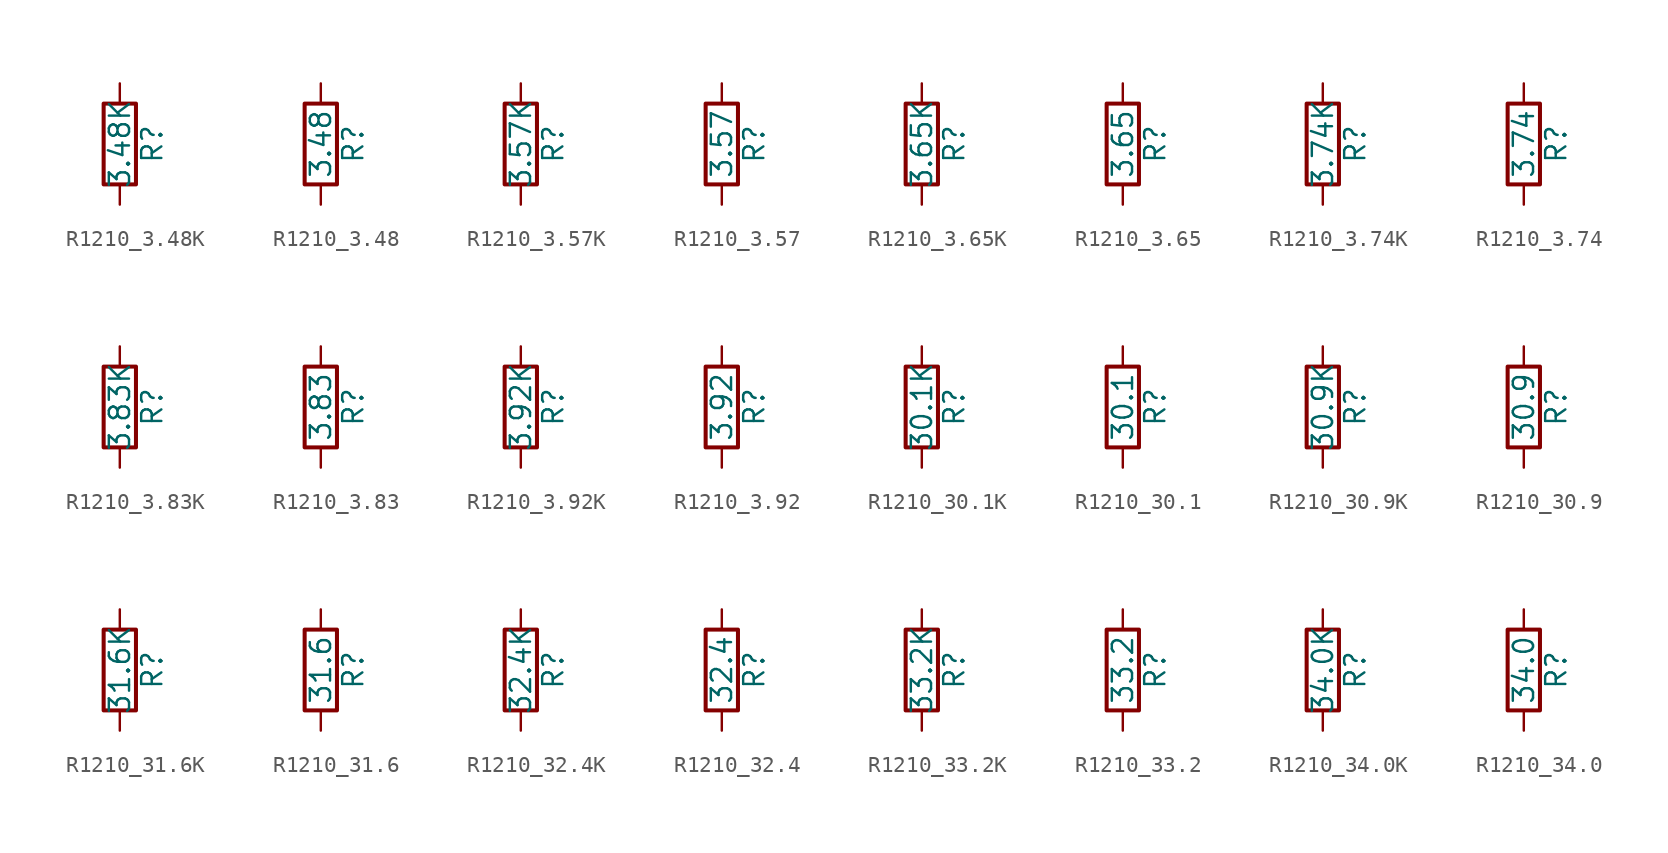
<source format=kicad_sym>
(kicad_symbol_lib
  (version 20211014)
  (generator atlantix-eda)
  (symbol "R1210_3.48K"
    (pin_numbers hide)
    (pin_names
      (offset 0))
    (property "Reference" "R"
      (at 2.032 0 90)
      (effects (font (size 1.27 1.27))))
    (property "Value" "3.48K"
      (at 0 0 90)
      (effects (font (size 1.27 1.27))))
    (symbol "R1210_3.48K_0_1"
      (rectangle (start -1.016 -2.54) (end 1.016 2.54) (stroke (width 0.254) (type default) (color 0 0 0 0)) (fill (type none))))
    (symbol "R1210_3.48K_1_1"
      (pin passive line (at 0 3.81 270) (length 1.27) (name "~" (effects (font (size 1.27 1.27)))) (number "1" (effects (font (size 1.27 1.27)))))
      (pin passive line (at 0 -3.81 90) (length 1.27) (name "~" (effects (font (size 1.27 1.27)))) (number "2" (effects (font (size 1.27 1.27)))))))
  (symbol "R1210_3.48"
    (pin_numbers hide)
    (pin_names
      (offset 0))
    (property "Reference" "R"
      (at 2.032 0 90)
      (effects (font (size 1.27 1.27))))
    (property "Value" "3.48"
      (at 0 0 90)
      (effects (font (size 1.27 1.27))))
    (symbol "R1210_3.48_0_1"
      (rectangle (start -1.016 -2.54) (end 1.016 2.54) (stroke (width 0.254) (type default) (color 0 0 0 0)) (fill (type none))))
    (symbol "R1210_3.48_1_1"
      (pin passive line (at 0 3.81 270) (length 1.27) (name "~" (effects (font (size 1.27 1.27)))) (number "1" (effects (font (size 1.27 1.27)))))
      (pin passive line (at 0 -3.81 90) (length 1.27) (name "~" (effects (font (size 1.27 1.27)))) (number "2" (effects (font (size 1.27 1.27)))))))
  (symbol "R1210_3.57K"
    (pin_numbers hide)
    (pin_names
      (offset 0))
    (property "Reference" "R"
      (at 2.032 0 90)
      (effects (font (size 1.27 1.27))))
    (property "Value" "3.57K"
      (at 0 0 90)
      (effects (font (size 1.27 1.27))))
    (symbol "R1210_3.57K_0_1"
      (rectangle (start -1.016 -2.54) (end 1.016 2.54) (stroke (width 0.254) (type default) (color 0 0 0 0)) (fill (type none))))
    (symbol "R1210_3.57K_1_1"
      (pin passive line (at 0 3.81 270) (length 1.27) (name "~" (effects (font (size 1.27 1.27)))) (number "1" (effects (font (size 1.27 1.27)))))
      (pin passive line (at 0 -3.81 90) (length 1.27) (name "~" (effects (font (size 1.27 1.27)))) (number "2" (effects (font (size 1.27 1.27)))))))
  (symbol "R1210_3.57"
    (pin_numbers hide)
    (pin_names
      (offset 0))
    (property "Reference" "R"
      (at 2.032 0 90)
      (effects (font (size 1.27 1.27))))
    (property "Value" "3.57"
      (at 0 0 90)
      (effects (font (size 1.27 1.27))))
    (symbol "R1210_3.57_0_1"
      (rectangle (start -1.016 -2.54) (end 1.016 2.54) (stroke (width 0.254) (type default) (color 0 0 0 0)) (fill (type none))))
    (symbol "R1210_3.57_1_1"
      (pin passive line (at 0 3.81 270) (length 1.27) (name "~" (effects (font (size 1.27 1.27)))) (number "1" (effects (font (size 1.27 1.27)))))
      (pin passive line (at 0 -3.81 90) (length 1.27) (name "~" (effects (font (size 1.27 1.27)))) (number "2" (effects (font (size 1.27 1.27)))))))
  (symbol "R1210_3.65K"
    (pin_numbers hide)
    (pin_names
      (offset 0))
    (property "Reference" "R"
      (at 2.032 0 90)
      (effects (font (size 1.27 1.27))))
    (property "Value" "3.65K"
      (at 0 0 90)
      (effects (font (size 1.27 1.27))))
    (symbol "R1210_3.65K_0_1"
      (rectangle (start -1.016 -2.54) (end 1.016 2.54) (stroke (width 0.254) (type default) (color 0 0 0 0)) (fill (type none))))
    (symbol "R1210_3.65K_1_1"
      (pin passive line (at 0 3.81 270) (length 1.27) (name "~" (effects (font (size 1.27 1.27)))) (number "1" (effects (font (size 1.27 1.27)))))
      (pin passive line (at 0 -3.81 90) (length 1.27) (name "~" (effects (font (size 1.27 1.27)))) (number "2" (effects (font (size 1.27 1.27)))))))
  (symbol "R1210_3.65"
    (pin_numbers hide)
    (pin_names
      (offset 0))
    (property "Reference" "R"
      (at 2.032 0 90)
      (effects (font (size 1.27 1.27))))
    (property "Value" "3.65"
      (at 0 0 90)
      (effects (font (size 1.27 1.27))))
    (symbol "R1210_3.65_0_1"
      (rectangle (start -1.016 -2.54) (end 1.016 2.54) (stroke (width 0.254) (type default) (color 0 0 0 0)) (fill (type none))))
    (symbol "R1210_3.65_1_1"
      (pin passive line (at 0 3.81 270) (length 1.27) (name "~" (effects (font (size 1.27 1.27)))) (number "1" (effects (font (size 1.27 1.27)))))
      (pin passive line (at 0 -3.81 90) (length 1.27) (name "~" (effects (font (size 1.27 1.27)))) (number "2" (effects (font (size 1.27 1.27)))))))
  (symbol "R1210_3.74K"
    (pin_numbers hide)
    (pin_names
      (offset 0))
    (property "Reference" "R"
      (at 2.032 0 90)
      (effects (font (size 1.27 1.27))))
    (property "Value" "3.74K"
      (at 0 0 90)
      (effects (font (size 1.27 1.27))))
    (symbol "R1210_3.74K_0_1"
      (rectangle (start -1.016 -2.54) (end 1.016 2.54) (stroke (width 0.254) (type default) (color 0 0 0 0)) (fill (type none))))
    (symbol "R1210_3.74K_1_1"
      (pin passive line (at 0 3.81 270) (length 1.27) (name "~" (effects (font (size 1.27 1.27)))) (number "1" (effects (font (size 1.27 1.27)))))
      (pin passive line (at 0 -3.81 90) (length 1.27) (name "~" (effects (font (size 1.27 1.27)))) (number "2" (effects (font (size 1.27 1.27)))))))
  (symbol "R1210_3.74"
    (pin_numbers hide)
    (pin_names
      (offset 0))
    (property "Reference" "R"
      (at 2.032 0 90)
      (effects (font (size 1.27 1.27))))
    (property "Value" "3.74"
      (at 0 0 90)
      (effects (font (size 1.27 1.27))))
    (symbol "R1210_3.74_0_1"
      (rectangle (start -1.016 -2.54) (end 1.016 2.54) (stroke (width 0.254) (type default) (color 0 0 0 0)) (fill (type none))))
    (symbol "R1210_3.74_1_1"
      (pin passive line (at 0 3.81 270) (length 1.27) (name "~" (effects (font (size 1.27 1.27)))) (number "1" (effects (font (size 1.27 1.27)))))
      (pin passive line (at 0 -3.81 90) (length 1.27) (name "~" (effects (font (size 1.27 1.27)))) (number "2" (effects (font (size 1.27 1.27)))))))
  (symbol "R1210_3.83K"
    (pin_numbers hide)
    (pin_names
      (offset 0))
    (property "Reference" "R"
      (at 2.032 0 90)
      (effects (font (size 1.27 1.27))))
    (property "Value" "3.83K"
      (at 0 0 90)
      (effects (font (size 1.27 1.27))))
    (symbol "R1210_3.83K_0_1"
      (rectangle (start -1.016 -2.54) (end 1.016 2.54) (stroke (width 0.254) (type default) (color 0 0 0 0)) (fill (type none))))
    (symbol "R1210_3.83K_1_1"
      (pin passive line (at 0 3.81 270) (length 1.27) (name "~" (effects (font (size 1.27 1.27)))) (number "1" (effects (font (size 1.27 1.27)))))
      (pin passive line (at 0 -3.81 90) (length 1.27) (name "~" (effects (font (size 1.27 1.27)))) (number "2" (effects (font (size 1.27 1.27)))))))
  (symbol "R1210_3.83"
    (pin_numbers hide)
    (pin_names
      (offset 0))
    (property "Reference" "R"
      (at 2.032 0 90)
      (effects (font (size 1.27 1.27))))
    (property "Value" "3.83"
      (at 0 0 90)
      (effects (font (size 1.27 1.27))))
    (symbol "R1210_3.83_0_1"
      (rectangle (start -1.016 -2.54) (end 1.016 2.54) (stroke (width 0.254) (type default) (color 0 0 0 0)) (fill (type none))))
    (symbol "R1210_3.83_1_1"
      (pin passive line (at 0 3.81 270) (length 1.27) (name "~" (effects (font (size 1.27 1.27)))) (number "1" (effects (font (size 1.27 1.27)))))
      (pin passive line (at 0 -3.81 90) (length 1.27) (name "~" (effects (font (size 1.27 1.27)))) (number "2" (effects (font (size 1.27 1.27)))))))
  (symbol "R1210_3.92K"
    (pin_numbers hide)
    (pin_names
      (offset 0))
    (property "Reference" "R"
      (at 2.032 0 90)
      (effects (font (size 1.27 1.27))))
    (property "Value" "3.92K"
      (at 0 0 90)
      (effects (font (size 1.27 1.27))))
    (symbol "R1210_3.92K_0_1"
      (rectangle (start -1.016 -2.54) (end 1.016 2.54) (stroke (width 0.254) (type default) (color 0 0 0 0)) (fill (type none))))
    (symbol "R1210_3.92K_1_1"
      (pin passive line (at 0 3.81 270) (length 1.27) (name "~" (effects (font (size 1.27 1.27)))) (number "1" (effects (font (size 1.27 1.27)))))
      (pin passive line (at 0 -3.81 90) (length 1.27) (name "~" (effects (font (size 1.27 1.27)))) (number "2" (effects (font (size 1.27 1.27)))))))
  (symbol "R1210_3.92"
    (pin_numbers hide)
    (pin_names
      (offset 0))
    (property "Reference" "R"
      (at 2.032 0 90)
      (effects (font (size 1.27 1.27))))
    (property "Value" "3.92"
      (at 0 0 90)
      (effects (font (size 1.27 1.27))))
    (symbol "R1210_3.92_0_1"
      (rectangle (start -1.016 -2.54) (end 1.016 2.54) (stroke (width 0.254) (type default) (color 0 0 0 0)) (fill (type none))))
    (symbol "R1210_3.92_1_1"
      (pin passive line (at 0 3.81 270) (length 1.27) (name "~" (effects (font (size 1.27 1.27)))) (number "1" (effects (font (size 1.27 1.27)))))
      (pin passive line (at 0 -3.81 90) (length 1.27) (name "~" (effects (font (size 1.27 1.27)))) (number "2" (effects (font (size 1.27 1.27)))))))
  (symbol "R1210_30.1K"
    (pin_numbers hide)
    (pin_names
      (offset 0))
    (property "Reference" "R"
      (at 2.032 0 90)
      (effects (font (size 1.27 1.27))))
    (property "Value" "30.1K"
      (at 0 0 90)
      (effects (font (size 1.27 1.27))))
    (symbol "R1210_30.1K_0_1"
      (rectangle (start -1.016 -2.54) (end 1.016 2.54) (stroke (width 0.254) (type default) (color 0 0 0 0)) (fill (type none))))
    (symbol "R1210_30.1K_1_1"
      (pin passive line (at 0 3.81 270) (length 1.27) (name "~" (effects (font (size 1.27 1.27)))) (number "1" (effects (font (size 1.27 1.27)))))
      (pin passive line (at 0 -3.81 90) (length 1.27) (name "~" (effects (font (size 1.27 1.27)))) (number "2" (effects (font (size 1.27 1.27)))))))
  (symbol "R1210_30.1"
    (pin_numbers hide)
    (pin_names
      (offset 0))
    (property "Reference" "R"
      (at 2.032 0 90)
      (effects (font (size 1.27 1.27))))
    (property "Value" "30.1"
      (at 0 0 90)
      (effects (font (size 1.27 1.27))))
    (symbol "R1210_30.1_0_1"
      (rectangle (start -1.016 -2.54) (end 1.016 2.54) (stroke (width 0.254) (type default) (color 0 0 0 0)) (fill (type none))))
    (symbol "R1210_30.1_1_1"
      (pin passive line (at 0 3.81 270) (length 1.27) (name "~" (effects (font (size 1.27 1.27)))) (number "1" (effects (font (size 1.27 1.27)))))
      (pin passive line (at 0 -3.81 90) (length 1.27) (name "~" (effects (font (size 1.27 1.27)))) (number "2" (effects (font (size 1.27 1.27)))))))
  (symbol "R1210_30.9K"
    (pin_numbers hide)
    (pin_names
      (offset 0))
    (property "Reference" "R"
      (at 2.032 0 90)
      (effects (font (size 1.27 1.27))))
    (property "Value" "30.9K"
      (at 0 0 90)
      (effects (font (size 1.27 1.27))))
    (symbol "R1210_30.9K_0_1"
      (rectangle (start -1.016 -2.54) (end 1.016 2.54) (stroke (width 0.254) (type default) (color 0 0 0 0)) (fill (type none))))
    (symbol "R1210_30.9K_1_1"
      (pin passive line (at 0 3.81 270) (length 1.27) (name "~" (effects (font (size 1.27 1.27)))) (number "1" (effects (font (size 1.27 1.27)))))
      (pin passive line (at 0 -3.81 90) (length 1.27) (name "~" (effects (font (size 1.27 1.27)))) (number "2" (effects (font (size 1.27 1.27)))))))
  (symbol "R1210_30.9"
    (pin_numbers hide)
    (pin_names
      (offset 0))
    (property "Reference" "R"
      (at 2.032 0 90)
      (effects (font (size 1.27 1.27))))
    (property "Value" "30.9"
      (at 0 0 90)
      (effects (font (size 1.27 1.27))))
    (symbol "R1210_30.9_0_1"
      (rectangle (start -1.016 -2.54) (end 1.016 2.54) (stroke (width 0.254) (type default) (color 0 0 0 0)) (fill (type none))))
    (symbol "R1210_30.9_1_1"
      (pin passive line (at 0 3.81 270) (length 1.27) (name "~" (effects (font (size 1.27 1.27)))) (number "1" (effects (font (size 1.27 1.27)))))
      (pin passive line (at 0 -3.81 90) (length 1.27) (name "~" (effects (font (size 1.27 1.27)))) (number "2" (effects (font (size 1.27 1.27)))))))
  (symbol "R1210_31.6K"
    (pin_numbers hide)
    (pin_names
      (offset 0))
    (property "Reference" "R"
      (at 2.032 0 90)
      (effects (font (size 1.27 1.27))))
    (property "Value" "31.6K"
      (at 0 0 90)
      (effects (font (size 1.27 1.27))))
    (symbol "R1210_31.6K_0_1"
      (rectangle (start -1.016 -2.54) (end 1.016 2.54) (stroke (width 0.254) (type default) (color 0 0 0 0)) (fill (type none))))
    (symbol "R1210_31.6K_1_1"
      (pin passive line (at 0 3.81 270) (length 1.27) (name "~" (effects (font (size 1.27 1.27)))) (number "1" (effects (font (size 1.27 1.27)))))
      (pin passive line (at 0 -3.81 90) (length 1.27) (name "~" (effects (font (size 1.27 1.27)))) (number "2" (effects (font (size 1.27 1.27)))))))
  (symbol "R1210_31.6"
    (pin_numbers hide)
    (pin_names
      (offset 0))
    (property "Reference" "R"
      (at 2.032 0 90)
      (effects (font (size 1.27 1.27))))
    (property "Value" "31.6"
      (at 0 0 90)
      (effects (font (size 1.27 1.27))))
    (symbol "R1210_31.6_0_1"
      (rectangle (start -1.016 -2.54) (end 1.016 2.54) (stroke (width 0.254) (type default) (color 0 0 0 0)) (fill (type none))))
    (symbol "R1210_31.6_1_1"
      (pin passive line (at 0 3.81 270) (length 1.27) (name "~" (effects (font (size 1.27 1.27)))) (number "1" (effects (font (size 1.27 1.27)))))
      (pin passive line (at 0 -3.81 90) (length 1.27) (name "~" (effects (font (size 1.27 1.27)))) (number "2" (effects (font (size 1.27 1.27)))))))
  (symbol "R1210_32.4K"
    (pin_numbers hide)
    (pin_names
      (offset 0))
    (property "Reference" "R"
      (at 2.032 0 90)
      (effects (font (size 1.27 1.27))))
    (property "Value" "32.4K"
      (at 0 0 90)
      (effects (font (size 1.27 1.27))))
    (symbol "R1210_32.4K_0_1"
      (rectangle (start -1.016 -2.54) (end 1.016 2.54) (stroke (width 0.254) (type default) (color 0 0 0 0)) (fill (type none))))
    (symbol "R1210_32.4K_1_1"
      (pin passive line (at 0 3.81 270) (length 1.27) (name "~" (effects (font (size 1.27 1.27)))) (number "1" (effects (font (size 1.27 1.27)))))
      (pin passive line (at 0 -3.81 90) (length 1.27) (name "~" (effects (font (size 1.27 1.27)))) (number "2" (effects (font (size 1.27 1.27)))))))
  (symbol "R1210_32.4"
    (pin_numbers hide)
    (pin_names
      (offset 0))
    (property "Reference" "R"
      (at 2.032 0 90)
      (effects (font (size 1.27 1.27))))
    (property "Value" "32.4"
      (at 0 0 90)
      (effects (font (size 1.27 1.27))))
    (symbol "R1210_32.4_0_1"
      (rectangle (start -1.016 -2.54) (end 1.016 2.54) (stroke (width 0.254) (type default) (color 0 0 0 0)) (fill (type none))))
    (symbol "R1210_32.4_1_1"
      (pin passive line (at 0 3.81 270) (length 1.27) (name "~" (effects (font (size 1.27 1.27)))) (number "1" (effects (font (size 1.27 1.27)))))
      (pin passive line (at 0 -3.81 90) (length 1.27) (name "~" (effects (font (size 1.27 1.27)))) (number "2" (effects (font (size 1.27 1.27)))))))
  (symbol "R1210_33.2K"
    (pin_numbers hide)
    (pin_names
      (offset 0))
    (property "Reference" "R"
      (at 2.032 0 90)
      (effects (font (size 1.27 1.27))))
    (property "Value" "33.2K"
      (at 0 0 90)
      (effects (font (size 1.27 1.27))))
    (symbol "R1210_33.2K_0_1"
      (rectangle (start -1.016 -2.54) (end 1.016 2.54) (stroke (width 0.254) (type default) (color 0 0 0 0)) (fill (type none))))
    (symbol "R1210_33.2K_1_1"
      (pin passive line (at 0 3.81 270) (length 1.27) (name "~" (effects (font (size 1.27 1.27)))) (number "1" (effects (font (size 1.27 1.27)))))
      (pin passive line (at 0 -3.81 90) (length 1.27) (name "~" (effects (font (size 1.27 1.27)))) (number "2" (effects (font (size 1.27 1.27)))))))
  (symbol "R1210_33.2"
    (pin_numbers hide)
    (pin_names
      (offset 0))
    (property "Reference" "R"
      (at 2.032 0 90)
      (effects (font (size 1.27 1.27))))
    (property "Value" "33.2"
      (at 0 0 90)
      (effects (font (size 1.27 1.27))))
    (symbol "R1210_33.2_0_1"
      (rectangle (start -1.016 -2.54) (end 1.016 2.54) (stroke (width 0.254) (type default) (color 0 0 0 0)) (fill (type none))))
    (symbol "R1210_33.2_1_1"
      (pin passive line (at 0 3.81 270) (length 1.27) (name "~" (effects (font (size 1.27 1.27)))) (number "1" (effects (font (size 1.27 1.27)))))
      (pin passive line (at 0 -3.81 90) (length 1.27) (name "~" (effects (font (size 1.27 1.27)))) (number "2" (effects (font (size 1.27 1.27)))))))
  (symbol "R1210_34.0K"
    (pin_numbers hide)
    (pin_names
      (offset 0))
    (property "Reference" "R"
      (at 2.032 0 90)
      (effects (font (size 1.27 1.27))))
    (property "Value" "34.0K"
      (at 0 0 90)
      (effects (font (size 1.27 1.27))))
    (symbol "R1210_34.0K_0_1"
      (rectangle (start -1.016 -2.54) (end 1.016 2.54) (stroke (width 0.254) (type default) (color 0 0 0 0)) (fill (type none))))
    (symbol "R1210_34.0K_1_1"
      (pin passive line (at 0 3.81 270) (length 1.27) (name "~" (effects (font (size 1.27 1.27)))) (number "1" (effects (font (size 1.27 1.27)))))
      (pin passive line (at 0 -3.81 90) (length 1.27) (name "~" (effects (font (size 1.27 1.27)))) (number "2" (effects (font (size 1.27 1.27)))))))
  (symbol "R1210_34.0"
    (pin_numbers hide)
    (pin_names
      (offset 0))
    (property "Reference" "R"
      (at 2.032 0 90)
      (effects (font (size 1.27 1.27))))
    (property "Value" "34.0"
      (at 0 0 90)
      (effects (font (size 1.27 1.27))))
    (symbol "R1210_34.0_0_1"
      (rectangle (start -1.016 -2.54) (end 1.016 2.54) (stroke (width 0.254) (type default) (color 0 0 0 0)) (fill (type none))))
    (symbol "R1210_34.0_1_1"
      (pin passive line (at 0 3.81 270) (length 1.27) (name "~" (effects (font (size 1.27 1.27)))) (number "1" (effects (font (size 1.27 1.27)))))
      (pin passive line (at 0 -3.81 90) (length 1.27) (name "~" (effects (font (size 1.27 1.27)))) (number "2" (effects (font (size 1.27 1.27))))))))
</source>
